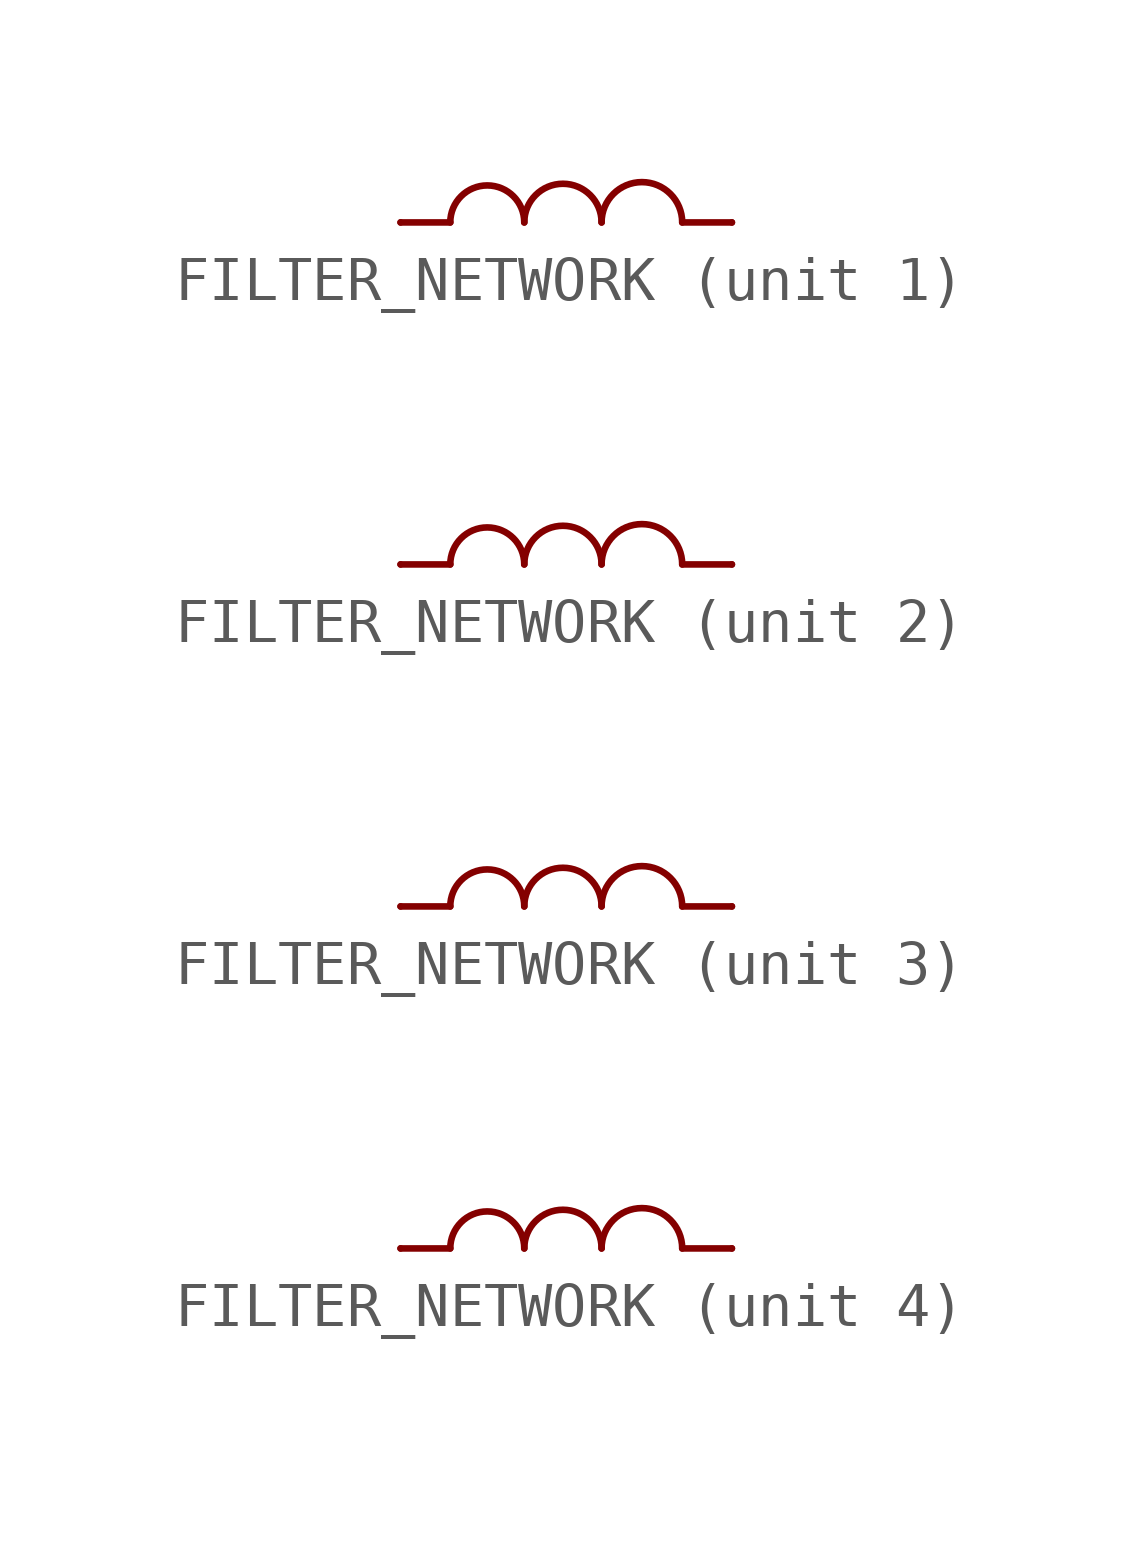
<source format=kicad_sym>
(kicad_symbol_lib
  (version 20231120)
  (generator "kicad_symbol_editor")
  (generator_version "8.0")
  (symbol "FILTER_NETWORK"
    (property "Reference" ""
      (at -1.384 0.94 0)
      (effects (font (size 1.016 0.864)) (justify left bottom) (hide yes)))
    (property "ki_locked" ""
      (at 0 0 0)
      (effects (font (size 1.27 1.27))))
    (symbol "FILTER_NETWORK_1_0"
      (polyline (pts (xy -2.54 0) (xy -1.397 0)) (stroke (width 0.152) (type solid)) (fill (type none)))
      (polyline (pts (xy 3.937 0) (xy 5.08 0)) (stroke (width 0.152) (type solid)) (fill (type none)))
      (arc (start 0.3048 0) (mid -0.5461 0.8509) (end -1.397 0) (stroke (width 0.1524) (type solid)) (fill (type none)))
      (arc (start 2.0828 0) (mid 1.1938 0.889) (end 0.3048 0) (stroke (width 0.1524) (type solid)) (fill (type none)))
      (arc (start 3.937 0) (mid 3.0099 0.9271) (end 2.0828 0) (stroke (width 0.1524) (type solid)) (fill (type none)))
      (pin bidirectional line (at -2.54 0 0) (length 0) (name "P$1" (effects (font (size 0 0)))) (number "1" (effects (font (size 0 0)))))
      (pin bidirectional line (at 5.08 0 0) (length 0) (name "P$2" (effects (font (size 0 0)))) (number "2" (effects (font (size 0 0))))))
    (symbol "FILTER_NETWORK_2_0"
      (polyline (pts (xy -2.54 0) (xy -1.397 0)) (stroke (width 0.152) (type solid)) (fill (type none)))
      (polyline (pts (xy 3.937 0) (xy 5.08 0)) (stroke (width 0.152) (type solid)) (fill (type none)))
      (arc (start 0.3048 0) (mid -0.5461 0.8509) (end -1.397 0) (stroke (width 0.1524) (type solid)) (fill (type none)))
      (arc (start 2.0828 0) (mid 1.1938 0.889) (end 0.3048 0) (stroke (width 0.1524) (type solid)) (fill (type none)))
      (arc (start 3.937 0) (mid 3.0099 0.9271) (end 2.0828 0) (stroke (width 0.1524) (type solid)) (fill (type none)))
      (pin bidirectional line (at -2.54 0 0) (length 0) (name "P$1" (effects (font (size 0 0)))) (number "3" (effects (font (size 0 0)))))
      (pin bidirectional line (at 5.08 0 0) (length 0) (name "P$2" (effects (font (size 0 0)))) (number "4" (effects (font (size 0 0))))))
    (symbol "FILTER_NETWORK_3_0"
      (polyline (pts (xy -2.54 0) (xy -1.397 0)) (stroke (width 0.152) (type solid)) (fill (type none)))
      (polyline (pts (xy 3.937 0) (xy 5.08 0)) (stroke (width 0.152) (type solid)) (fill (type none)))
      (arc (start 0.3048 0) (mid -0.5461 0.8509) (end -1.397 0) (stroke (width 0.1524) (type solid)) (fill (type none)))
      (arc (start 2.0828 0) (mid 1.1938 0.889) (end 0.3048 0) (stroke (width 0.1524) (type solid)) (fill (type none)))
      (arc (start 3.937 0) (mid 3.0099 0.9271) (end 2.0828 0) (stroke (width 0.1524) (type solid)) (fill (type none)))
      (pin bidirectional line (at -2.54 0 0) (length 0) (name "P$1" (effects (font (size 0 0)))) (number "5" (effects (font (size 0 0)))))
      (pin bidirectional line (at 5.08 0 0) (length 0) (name "P$2" (effects (font (size 0 0)))) (number "6" (effects (font (size 0 0))))))
    (symbol "FILTER_NETWORK_4_0"
      (polyline (pts (xy -2.54 0) (xy -1.397 0)) (stroke (width 0.152) (type solid)) (fill (type none)))
      (polyline (pts (xy 3.937 0) (xy 5.08 0)) (stroke (width 0.152) (type solid)) (fill (type none)))
      (arc (start 0.3048 0) (mid -0.5461 0.8509) (end -1.397 0) (stroke (width 0.1524) (type solid)) (fill (type none)))
      (arc (start 2.0828 0) (mid 1.1938 0.889) (end 0.3048 0) (stroke (width 0.1524) (type solid)) (fill (type none)))
      (arc (start 3.937 0) (mid 3.0099 0.9271) (end 2.0828 0) (stroke (width 0.1524) (type solid)) (fill (type none)))
      (pin bidirectional line (at -2.54 0 0) (length 0) (name "P$1" (effects (font (size 0 0)))) (number "7" (effects (font (size 0 0)))))
      (pin bidirectional line (at 5.08 0 0) (length 0) (name "P$2" (effects (font (size 0 0)))) (number "8" (effects (font (size 0 0))))))))
</source>
